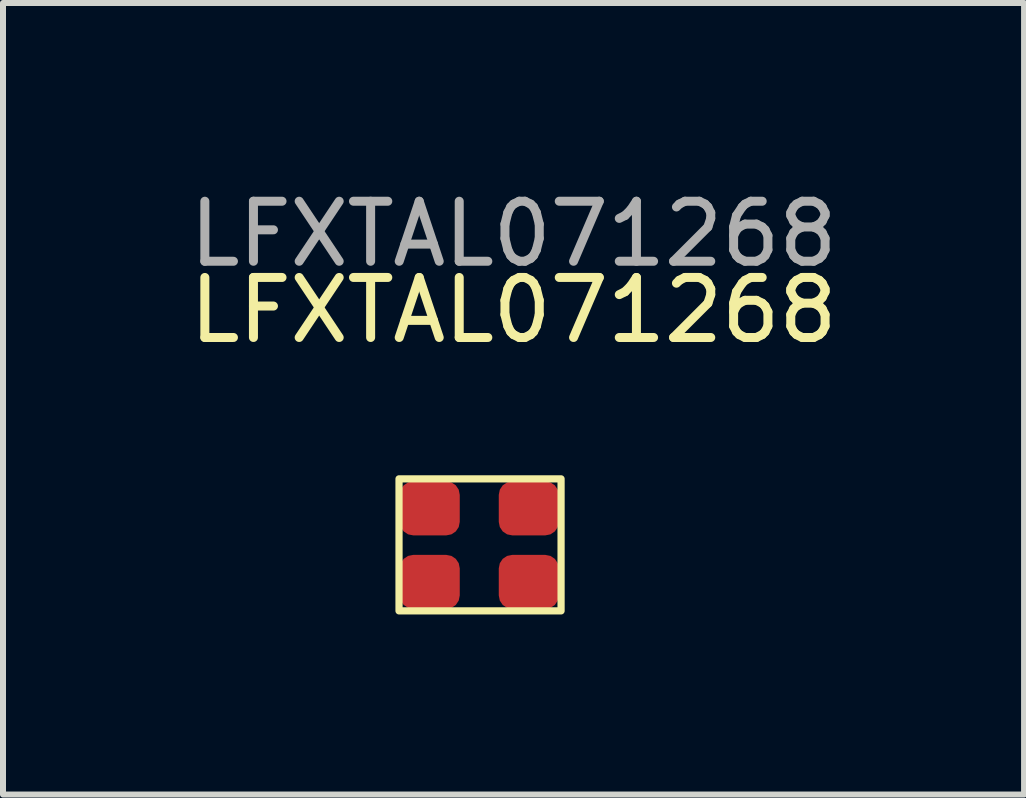
<source format=kicad_pcb>
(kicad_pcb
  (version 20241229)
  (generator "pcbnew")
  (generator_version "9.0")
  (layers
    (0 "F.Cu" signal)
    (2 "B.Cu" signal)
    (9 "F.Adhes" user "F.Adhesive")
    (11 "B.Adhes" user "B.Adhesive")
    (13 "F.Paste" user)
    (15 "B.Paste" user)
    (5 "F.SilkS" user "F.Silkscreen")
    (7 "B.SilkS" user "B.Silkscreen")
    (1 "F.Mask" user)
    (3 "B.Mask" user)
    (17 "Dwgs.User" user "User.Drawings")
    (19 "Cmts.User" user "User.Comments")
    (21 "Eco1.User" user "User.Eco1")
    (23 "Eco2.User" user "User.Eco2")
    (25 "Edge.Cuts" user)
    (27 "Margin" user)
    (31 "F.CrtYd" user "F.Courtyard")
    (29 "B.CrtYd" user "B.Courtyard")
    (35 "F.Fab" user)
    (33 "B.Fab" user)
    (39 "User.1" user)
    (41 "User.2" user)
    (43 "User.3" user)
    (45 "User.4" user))
  (footprint "LFXTAL071268"
    (layer "F.Cu")
    (at 4.998 5.928)
    (property "Reference" "LFXTAL071268" (at 0.508 -3.81 0) (unlocked yes) (layer "F.SilkS") (effects (font (size 1 1) (thickness 0.15))))
    (attr smd)
    (fp_rect (start -1.4 -1) (end 1.3 1.2) (stroke (width 0.12) (type solid)) (fill no) (layer "F.SilkS"))
    (fp_text user "${REFERENCE}" (at 0.508 -5.08 0) (unlocked yes) (layer "F.Fab") (effects (font (size 1 1) (thickness 0.15))))
    (pad "1" smd roundrect (at -0.888 -0.508) (size 1 0.9) (layers "F.Cu" "F.Mask" "F.Paste") (roundrect_rratio 0.25))
    (pad "2" smd roundrect (at 0.762 -0.508) (size 1 0.9) (layers "F.Cu" "F.Mask" "F.Paste") (roundrect_rratio 0.25))
    (pad "3" smd roundrect (at 0.762 0.717) (size 1 0.9) (layers "F.Cu" "F.Mask" "F.Paste") (roundrect_rratio 0.25))
    (pad "4" smd roundrect (at -0.888 0.717) (size 1 0.9) (layers "F.Cu" "F.Mask" "F.Paste") (roundrect_rratio 0.25)))
  (gr_rect
    (start -3 -3)
    (end 14.012 10.188)
    (stroke (width 0.1) (type default))
    (fill no)
    (layer "Edge.Cuts")))
</source>
